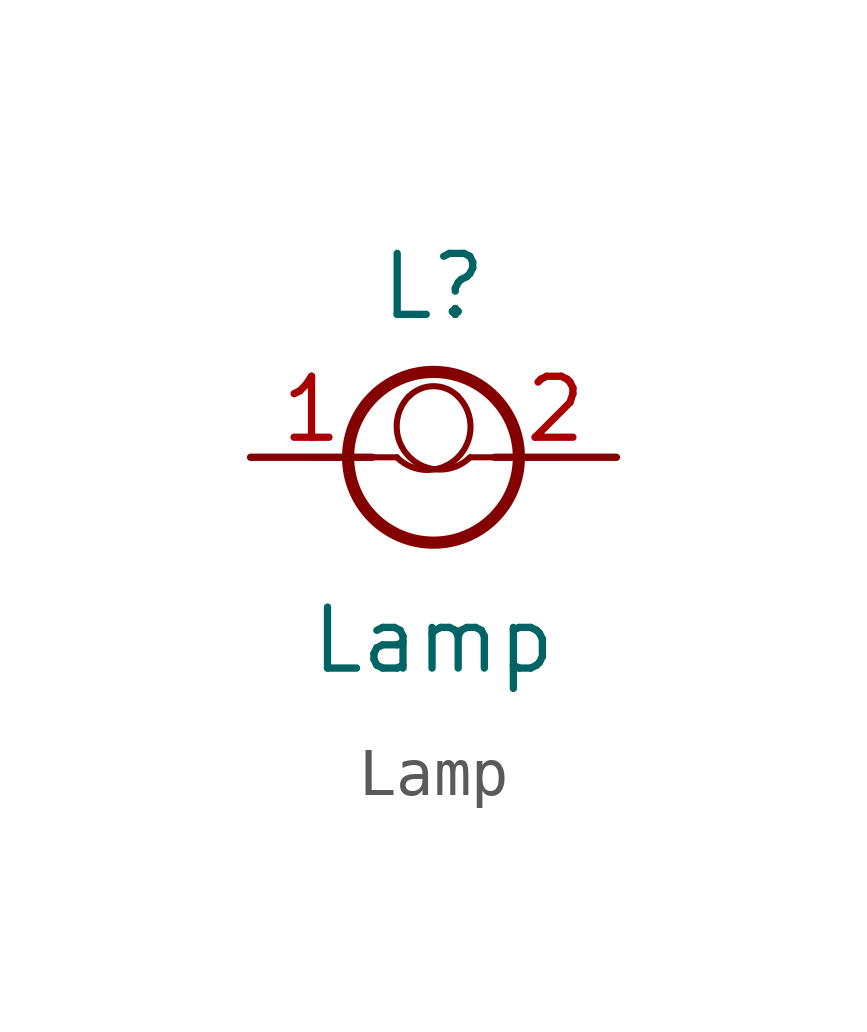
<source format=kicad_sym>
(kicad_symbol_lib
  (version 20211014)
  (generator kicad_symbol_editor)
  (symbol "Lamp"
    (pin_names
      (offset 1.016))
    (property "Reference" "L"
      (at 0 3.556 0)
      (effects (font (size 1.27 1.27))))
    (property "Value" "Lamp"
      (at 0 -3.81 0)
      (effects (font (size 1.27 1.27))))
    (symbol "Lamp_0_1"
      (arc (start -0.762 0) (mid 0.508 0) (end 0.508 1.27) (stroke (width 0.127) (type default) (color 0 0 0 0)) (fill (type none)))
      (arc (start -0.508 1.27) (mid -0.508 0) (end 0.762 0) (stroke (width 0.127) (type default) (color 0 0 0 0)) (fill (type none)))
      (polyline (pts (xy -0.762 0) (xy -2.54 0)) (stroke (width 0.127) (type default) (color 0 0 0 0)) (fill (type none)))
      (polyline (pts (xy 0.762 0) (xy 2.54 0)) (stroke (width 0.127) (type default) (color 0 0 0 0)) (fill (type none)))
      (circle (center 0 0) (radius 1.778) (stroke (width 0.254) (type default) (color 0 0 0 0)) (fill (type none)))
      (arc (start 0.508 1.27) (mid 0 1.4804) (end -0.508 1.27) (stroke (width 0.127) (type default) (color 0 0 0 0)) (fill (type none))))
    (symbol "Lamp_1_1"
      (pin passive line (at -3.81 0 0) (length 2.54) (name "~" (effects (font (size 1.27 1.27)))) (number "1" (effects (font (size 1.27 1.27)))))
      (pin passive line (at 3.81 0 180) (length 2.54) (name "~" (effects (font (size 1.27 1.27)))) (number "2" (effects (font (size 1.27 1.27))))))))
</source>
